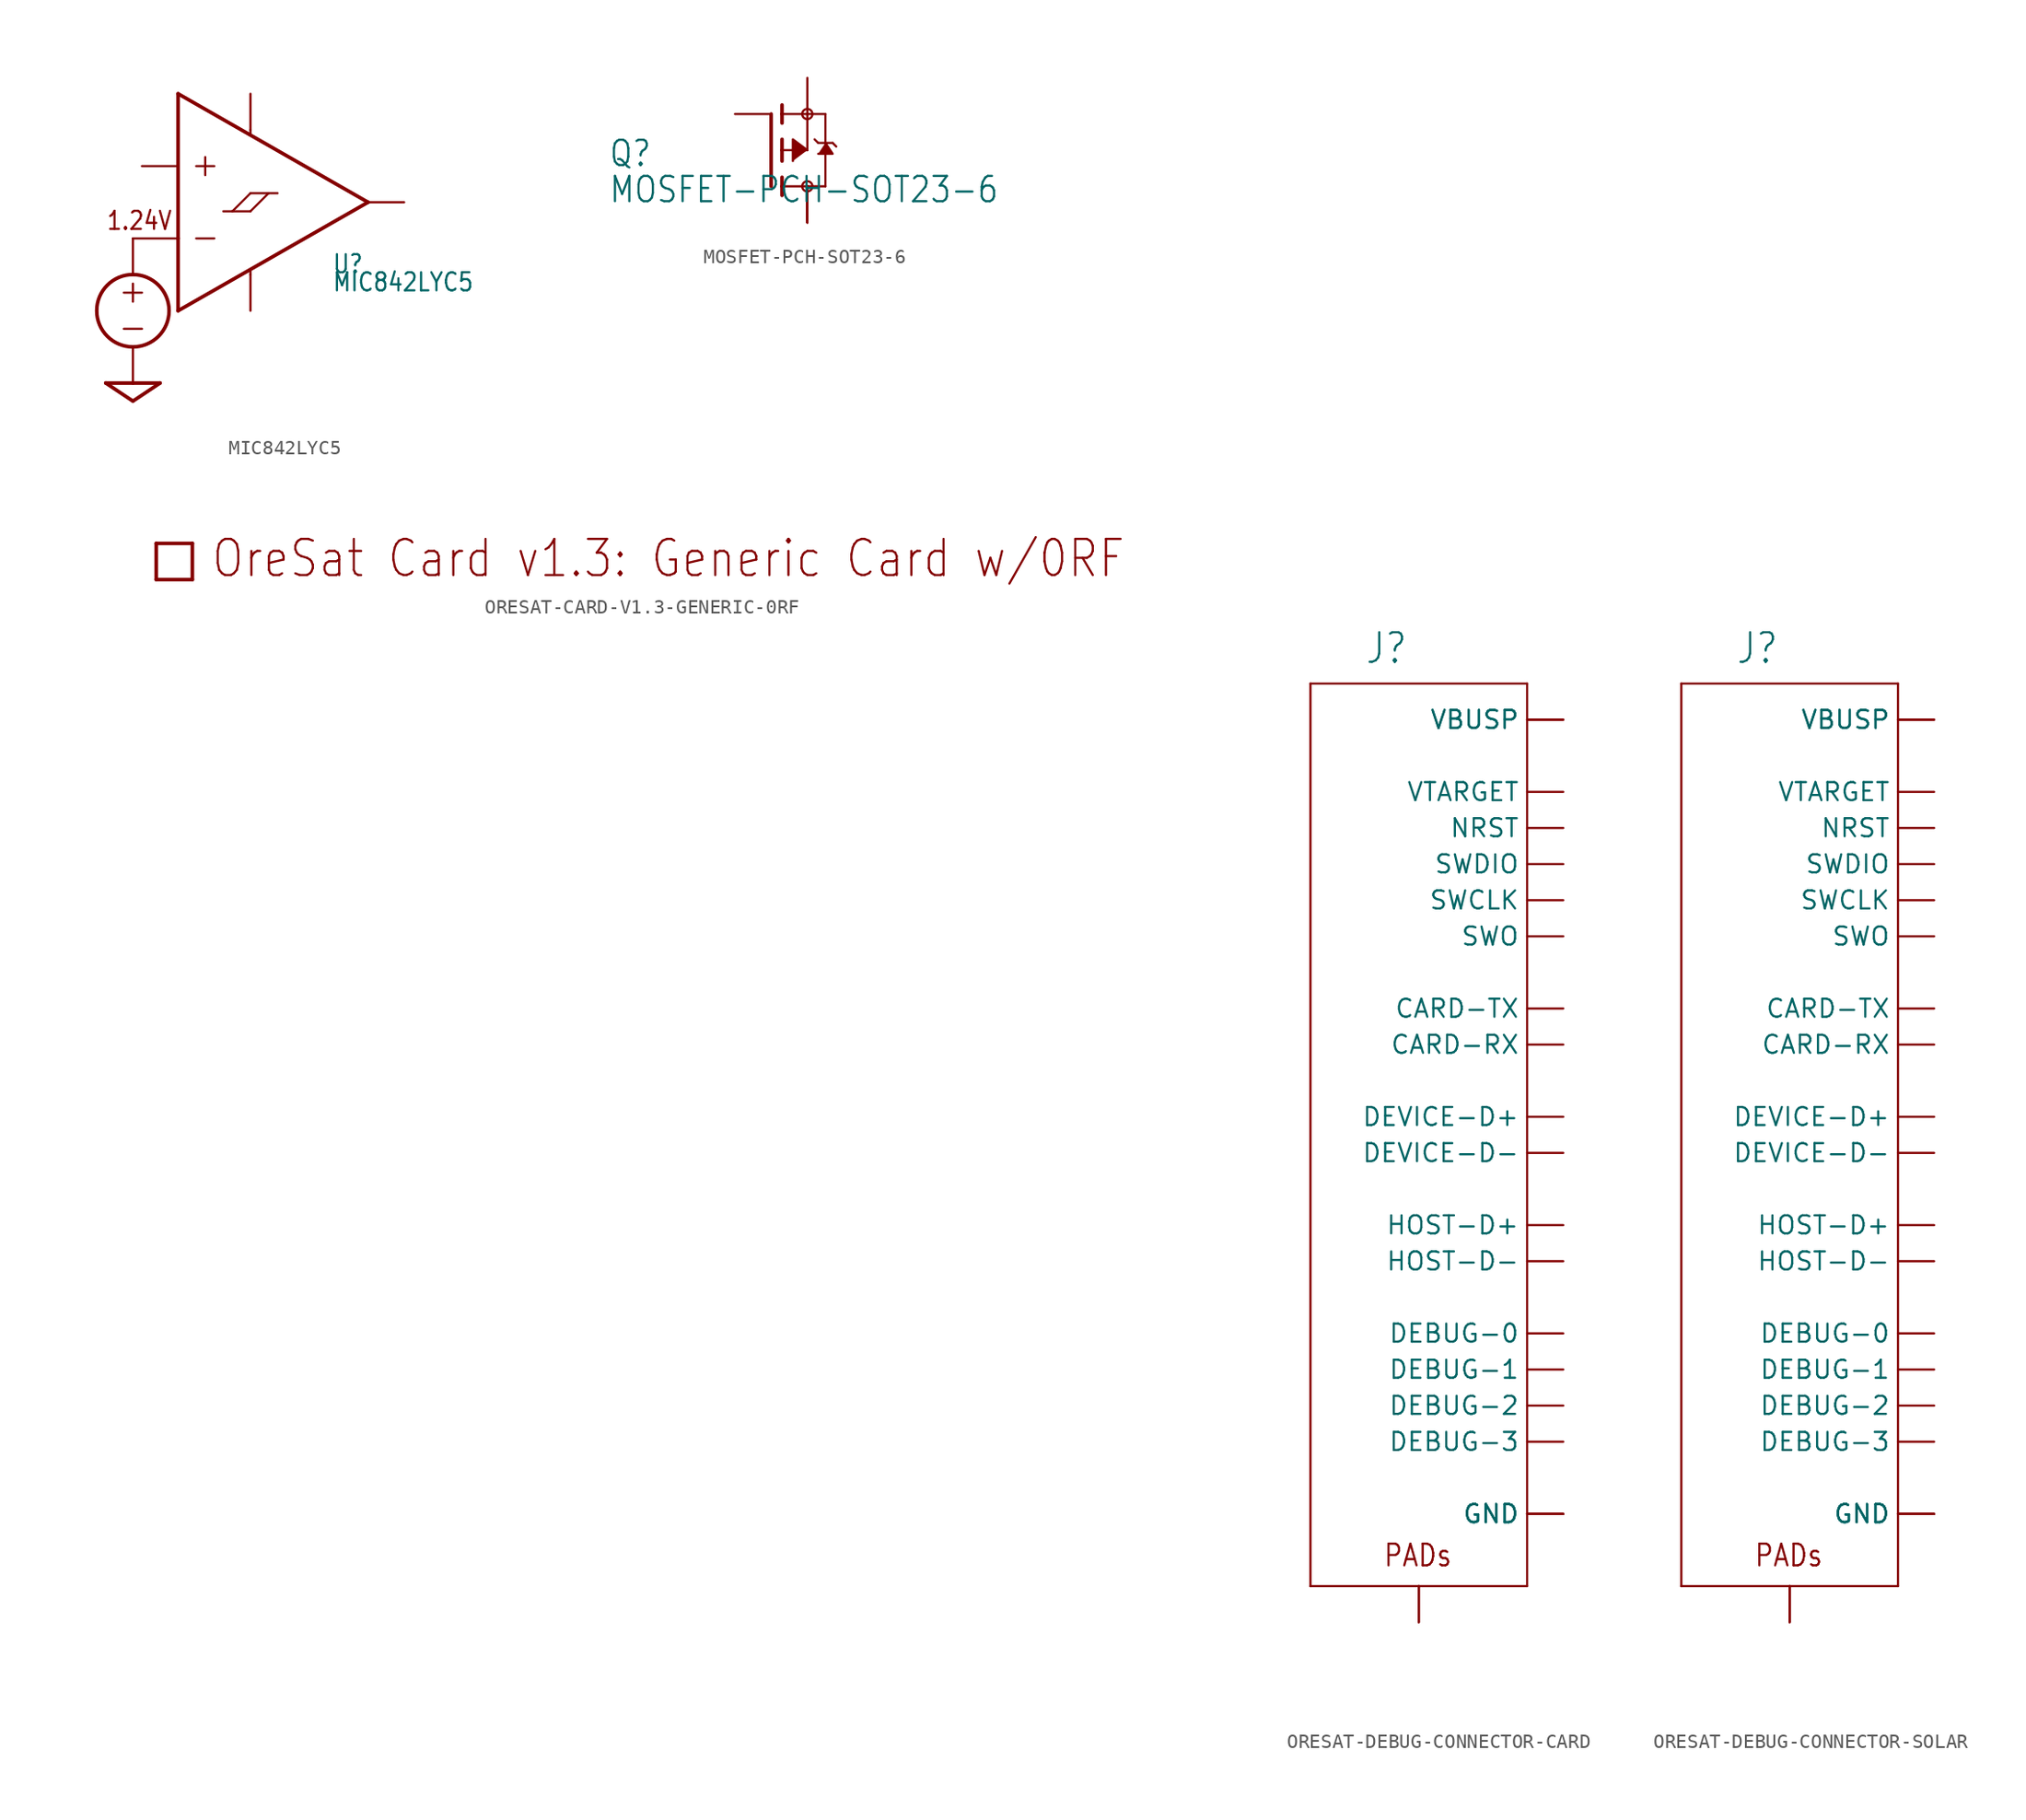
<source format=kicad_sym>
(kicad_symbol_lib
  (version 20220914)
  (generator kicad_symbol_editor)
  (symbol "MIC842LYC5"
    (property "Reference" "U"
      (at 5.715 -5.08 0)
      (effects (font (size 1.27 1.079)) (justify left bottom)))
    (property "Value" "MIC842LYC5"
      (at 5.715 -6.35 0)
      (effects (font (size 1.27 1.079)) (justify left bottom)))
    (property "ki_locked" ""
      (at 0 0 0)
      (effects (font (size 1.27 1.27))))
    (symbol "MIC842LYC5_1_0"
      (circle (center -8.255 -7.62) (radius 2.54) (stroke (width 0.254) (type default)) (fill (type none)))
      (polyline (pts (xy -8.89 -8.89) (xy -7.62 -8.89)) (stroke (width 0.152) (type default)) (fill (type none)))
      (polyline (pts (xy -8.89 -6.35) (xy -7.62 -6.35)) (stroke (width 0.152) (type default)) (fill (type none)))
      (polyline (pts (xy -8.255 -13.97) (xy -10.16 -12.7)) (stroke (width 0.254) (type default)) (fill (type none)))
      (polyline (pts (xy -8.255 -12.7) (xy -10.16 -12.7)) (stroke (width 0.254) (type default)) (fill (type none)))
      (polyline (pts (xy -8.255 -12.7) (xy -6.35 -12.7)) (stroke (width 0.254) (type default)) (fill (type none)))
      (polyline (pts (xy -8.255 -10.16) (xy -8.255 -12.7)) (stroke (width 0.152) (type default)) (fill (type none)))
      (polyline (pts (xy -8.255 -5.715) (xy -8.255 -6.985)) (stroke (width 0.152) (type default)) (fill (type none)))
      (polyline (pts (xy -8.255 -2.54) (xy -8.255 -5.08)) (stroke (width 0.152) (type default)) (fill (type none)))
      (polyline (pts (xy -6.35 -12.7) (xy -8.255 -13.97)) (stroke (width 0.254) (type default)) (fill (type none)))
      (polyline (pts (xy -5.08 -7.62) (xy 8.255 0)) (stroke (width 0.254) (type default)) (fill (type none)))
      (polyline (pts (xy -5.08 -2.54) (xy -8.255 -2.54)) (stroke (width 0.152) (type default)) (fill (type none)))
      (polyline (pts (xy -5.08 -2.54) (xy -5.08 -7.62)) (stroke (width 0.254) (type default)) (fill (type none)))
      (polyline (pts (xy -5.08 7.62) (xy -5.08 -2.54)) (stroke (width 0.254) (type default)) (fill (type none)))
      (polyline (pts (xy -3.81 -2.54) (xy -2.54 -2.54)) (stroke (width 0.152) (type default)) (fill (type none)))
      (polyline (pts (xy -3.81 2.54) (xy -2.54 2.54)) (stroke (width 0.152) (type default)) (fill (type none)))
      (polyline (pts (xy -3.175 3.175) (xy -3.175 1.905)) (stroke (width 0.152) (type default)) (fill (type none)))
      (polyline (pts (xy -1.905 -0.635) (xy -1.27 -0.635)) (stroke (width 0.152) (type default)) (fill (type none)))
      (polyline (pts (xy -1.27 -0.635) (xy 0 -0.635)) (stroke (width 0.152) (type default)) (fill (type none)))
      (polyline (pts (xy 0 -5.08) (xy 0 -4.826)) (stroke (width 0.152) (type default)) (fill (type none)))
      (polyline (pts (xy 0 -0.635) (xy 1.27 0.635)) (stroke (width 0.152) (type default)) (fill (type none)))
      (polyline (pts (xy 0 0.635) (xy -1.27 -0.635)) (stroke (width 0.152) (type default)) (fill (type none)))
      (polyline (pts (xy 0 5.08) (xy 0 4.826)) (stroke (width 0.152) (type default)) (fill (type none)))
      (polyline (pts (xy 1.27 0.635) (xy 0 0.635)) (stroke (width 0.152) (type default)) (fill (type none)))
      (polyline (pts (xy 1.27 0.635) (xy 1.905 0.635)) (stroke (width 0.152) (type default)) (fill (type none)))
      (polyline (pts (xy 8.255 0) (xy -5.08 7.62)) (stroke (width 0.254) (type default)) (fill (type none)))
      (text "1.24V" (at -10.16 -2.032 0) (effects (font (size 1.27 1.079)) (justify left bottom)))
      (pin input line (at -7.62 2.54 0) (length 2.54) (name "INP" (effects (font (size 0 0)))) (number "1" (effects (font (size 0 0)))))
      (pin power_in line (at 0 -7.62 90) (length 2.54) (name "GND" (effects (font (size 0 0)))) (number "2" (effects (font (size 0 0)))))
      (pin output line (at 10.795 0 180) (length 2.54) (name "OUT" (effects (font (size 0 0)))) (number "4" (effects (font (size 0 0)))))
      (pin power_in line (at 0 7.62 270) (length 2.54) (name "VDD" (effects (font (size 0 0)))) (number "5" (effects (font (size 0 0))))))
    (symbol "MIC842LYC5_1_1"
      (pin no_connect line (at -5.08 -2.54 0) (length 2.54) hide (name "NC" (effects (font (size 1.27 1.27)))) (number "3" (effects (font (size 1.27 1.27)))))))
  (symbol "MOSFET-PCH-SOT23-6"
    (property "Reference" "Q"
      (at -11.43 -1.27 0)
      (effects (font (size 1.778 1.511)) (justify left bottom)))
    (property "Value" "MOSFET-PCH-SOT23-6"
      (at -11.43 -3.81 0)
      (effects (font (size 1.778 1.511)) (justify left bottom)))
    (symbol "MOSFET-PCH-SOT23-6_1_0"
      (polyline (pts (xy 0 -2.54) (xy 0 2.54)) (stroke (width 0.254) (type default)) (fill (type none)))
      (polyline (pts (xy 0.762 -3.175) (xy 0.762 -2.54)) (stroke (width 0.254) (type default)) (fill (type none)))
      (polyline (pts (xy 0.762 -2.54) (xy 0.762 -1.905)) (stroke (width 0.254) (type default)) (fill (type none)))
      (polyline (pts (xy 0.762 -2.54) (xy 3.81 -2.54)) (stroke (width 0.152) (type default)) (fill (type none)))
      (polyline (pts (xy 0.762 -0.762) (xy 0.762 0)) (stroke (width 0.254) (type default)) (fill (type none)))
      (polyline (pts (xy 0.762 0) (xy 0.762 0.762)) (stroke (width 0.254) (type default)) (fill (type none)))
      (polyline (pts (xy 0.762 0) (xy 2.54 0)) (stroke (width 0.152) (type default)) (fill (type none)))
      (polyline (pts (xy 0.762 1.905) (xy 0.762 2.54)) (stroke (width 0.254) (type default)) (fill (type none)))
      (polyline (pts (xy 0.762 2.54) (xy 0.762 3.175)) (stroke (width 0.254) (type default)) (fill (type none)))
      (polyline (pts (xy 2.54 0) (xy 2.54 2.54)) (stroke (width 0.152) (type default)) (fill (type none)))
      (polyline (pts (xy 2.54 2.54) (xy 0.762 2.54)) (stroke (width 0.152) (type default)) (fill (type none)))
      (polyline (pts (xy 2.54 2.54) (xy 3.81 2.54)) (stroke (width 0.152) (type default)) (fill (type none)))
      (polyline (pts (xy 3.048 0.762) (xy 3.302 0.508)) (stroke (width 0.152) (type default)) (fill (type none)))
      (polyline (pts (xy 3.302 0.508) (xy 3.81 0.508)) (stroke (width 0.152) (type default)) (fill (type none)))
      (polyline (pts (xy 3.81 -2.54) (xy 3.81 0.508)) (stroke (width 0.152) (type default)) (fill (type none)))
      (polyline (pts (xy 3.81 0.508) (xy 3.81 2.54)) (stroke (width 0.152) (type default)) (fill (type none)))
      (polyline (pts (xy 3.81 0.508) (xy 4.318 0.508)) (stroke (width 0.152) (type default)) (fill (type none)))
      (polyline (pts (xy 4.318 0.508) (xy 4.572 0.254)) (stroke (width 0.152) (type default)) (fill (type none)))
      (polyline (pts (xy 2.54 0) (xy 1.524 0.762) (xy 1.524 -0.762)) (stroke (width 0) (type default)) (fill (type outline)))
      (polyline (pts (xy 3.81 0.508) (xy 4.318 -0.254) (xy 3.302 -0.254)) (stroke (width 0) (type default)) (fill (type outline)))
      (circle (center 2.54 -2.54) (radius 0.359) (stroke (width 0) (type default)) (fill (type none)))
      (circle (center 2.54 2.54) (radius 0.359) (stroke (width 0) (type default)) (fill (type none)))
      (pin passive line (at 2.54 -5.08 90) (length 2.54) (name "D" (effects (font (size 0 0)))) (number "1" (effects (font (size 0 0)))))
      (pin passive line (at 2.54 -5.08 90) (length 2.54) (name "D" (effects (font (size 0 0)))) (number "2" (effects (font (size 0 0)))))
      (pin passive line (at -2.54 2.54 0) (length 2.54) (name "G" (effects (font (size 0 0)))) (number "3" (effects (font (size 0 0)))))
      (pin passive line (at 2.54 5.08 270) (length 2.54) (name "S" (effects (font (size 0 0)))) (number "4" (effects (font (size 0 0)))))
      (pin passive line (at 2.54 -5.08 90) (length 2.54) (name "D" (effects (font (size 0 0)))) (number "5" (effects (font (size 0 0)))))
      (pin passive line (at 2.54 -5.08 90) (length 2.54) (name "D" (effects (font (size 0 0)))) (number "6" (effects (font (size 0 0)))))))
  (symbol "ORESAT-CARD-V1.3-GENERIC-0RF"
    (property "Reference" "PCB"
      (at 0 0 0)
      (effects (font (size 1.27 1.27)) hide))
    (property "ki_locked" ""
      (at 0 0 0)
      (effects (font (size 1.27 1.27))))
    (symbol "ORESAT-CARD-V1.3-GENERIC-0RF_1_0"
      (polyline (pts (xy -1.27 -1.27) (xy 1.27 -1.27)) (stroke (width 0.254) (type default)) (fill (type none)))
      (polyline (pts (xy -1.27 1.27) (xy -1.27 -1.27)) (stroke (width 0.254) (type default)) (fill (type none)))
      (polyline (pts (xy 1.27 -1.27) (xy 1.27 1.27)) (stroke (width 0.254) (type default)) (fill (type none)))
      (polyline (pts (xy 1.27 1.27) (xy -1.27 1.27)) (stroke (width 0.254) (type default)) (fill (type none)))
      (text "OreSat Card v1.3: Generic Card w/0RF" (at 2.54 -1.27 0) (effects (font (size 2.54 2.159)) (justify left bottom)))))
  (symbol "ORESAT-DEBUG-CONNECTOR-CARD"
    (property "Reference" "J"
      (at -2.54 31.75 0)
      (effects (font (size 2.083 1.77)) (justify left bottom)))
    (property "ki_locked" ""
      (at 0 0 0)
      (effects (font (size 1.27 1.27))))
    (symbol "ORESAT-DEBUG-CONNECTOR-CARD_1_0"
      (polyline (pts (xy -6.35 -33.02) (xy 8.89 -33.02)) (stroke (width 0.152) (type default)) (fill (type none)))
      (polyline (pts (xy -6.35 30.48) (xy -6.35 -33.02)) (stroke (width 0.152) (type default)) (fill (type none)))
      (polyline (pts (xy 8.89 -33.02) (xy 8.89 30.48)) (stroke (width 0.152) (type default)) (fill (type none)))
      (polyline (pts (xy 8.89 30.48) (xy -6.35 30.48)) (stroke (width 0.152) (type default)) (fill (type none)))
      (text "PADs" (at -1.27 -31.75 0) (effects (font (size 1.524 1.295)) (justify left bottom)))
      (pin passive line (at 11.43 27.94 180) (length 2.54) (name "VBUSP" (effects (font (size 1.27 1.27)))) (number "1" (effects (font (size 0 0)))))
      (pin passive line (at 11.43 20.32 180) (length 2.54) (name "NRST" (effects (font (size 1.27 1.27)))) (number "10" (effects (font (size 0 0)))))
      (pin passive line (at 11.43 22.86 180) (length 2.54) (name "VTARGET" (effects (font (size 1.27 1.27)))) (number "11" (effects (font (size 0 0)))))
      (pin passive line (at 11.43 5.08 180) (length 2.54) (name "CARD-RX" (effects (font (size 1.27 1.27)))) (number "12" (effects (font (size 0 0)))))
      (pin passive line (at 11.43 7.62 180) (length 2.54) (name "CARD-TX" (effects (font (size 1.27 1.27)))) (number "13" (effects (font (size 0 0)))))
      (pin passive line (at 11.43 17.78 180) (length 2.54) (name "SWDIO" (effects (font (size 1.27 1.27)))) (number "14" (effects (font (size 0 0)))))
      (pin passive line (at 11.43 15.24 180) (length 2.54) (name "SWCLK" (effects (font (size 1.27 1.27)))) (number "15" (effects (font (size 0 0)))))
      (pin passive line (at 11.43 12.7 180) (length 2.54) (name "SWO" (effects (font (size 1.27 1.27)))) (number "16" (effects (font (size 0 0)))))
      (pin passive line (at 11.43 -15.24 180) (length 2.54) (name "DEBUG-0" (effects (font (size 1.27 1.27)))) (number "17" (effects (font (size 0 0)))))
      (pin passive line (at 11.43 -17.78 180) (length 2.54) (name "DEBUG-1" (effects (font (size 1.27 1.27)))) (number "18" (effects (font (size 0 0)))))
      (pin passive line (at 11.43 -20.32 180) (length 2.54) (name "DEBUG-2" (effects (font (size 1.27 1.27)))) (number "19" (effects (font (size 0 0)))))
      (pin passive line (at 11.43 27.94 180) (length 2.54) (name "VBUSP" (effects (font (size 1.27 1.27)))) (number "2" (effects (font (size 0 0)))))
      (pin passive line (at 11.43 -22.86 180) (length 2.54) (name "DEBUG-3" (effects (font (size 1.27 1.27)))) (number "20" (effects (font (size 0 0)))))
      (pin passive line (at 11.43 -27.94 180) (length 2.54) (name "GND" (effects (font (size 1.27 1.27)))) (number "3" (effects (font (size 0 0)))))
      (pin passive line (at 11.43 0 180) (length 2.54) (name "DEVICE-D+" (effects (font (size 1.27 1.27)))) (number "4" (effects (font (size 0 0)))))
      (pin passive line (at 11.43 -2.54 180) (length 2.54) (name "DEVICE-D-" (effects (font (size 1.27 1.27)))) (number "5" (effects (font (size 0 0)))))
      (pin passive line (at 11.43 -27.94 180) (length 2.54) (name "GND" (effects (font (size 1.27 1.27)))) (number "6" (effects (font (size 0 0)))))
      (pin passive line (at 11.43 -7.62 180) (length 2.54) (name "HOST-D+" (effects (font (size 1.27 1.27)))) (number "7" (effects (font (size 0 0)))))
      (pin passive line (at 11.43 -10.16 180) (length 2.54) (name "HOST-D-" (effects (font (size 1.27 1.27)))) (number "8" (effects (font (size 0 0)))))
      (pin passive line (at 11.43 -27.94 180) (length 2.54) (name "GND" (effects (font (size 1.27 1.27)))) (number "9" (effects (font (size 0 0)))))
      (pin bidirectional line (at 1.27 -35.56 90) (length 2.54) (name "PAD" (effects (font (size 0 0)))) (number "PAD1" (effects (font (size 0 0)))))
      (pin bidirectional line (at 1.27 -35.56 90) (length 2.54) (name "PAD" (effects (font (size 0 0)))) (number "PAD2" (effects (font (size 0 0)))))))
  (symbol "ORESAT-DEBUG-CONNECTOR-SOLAR"
    (property "Reference" "J"
      (at -2.54 31.75 0)
      (effects (font (size 2.083 1.77)) (justify left bottom)))
    (property "ki_locked" ""
      (at 0 0 0)
      (effects (font (size 1.27 1.27))))
    (symbol "ORESAT-DEBUG-CONNECTOR-SOLAR_1_0"
      (polyline (pts (xy -6.35 -33.02) (xy 8.89 -33.02)) (stroke (width 0.152) (type default)) (fill (type none)))
      (polyline (pts (xy -6.35 30.48) (xy -6.35 -33.02)) (stroke (width 0.152) (type default)) (fill (type none)))
      (polyline (pts (xy 8.89 -33.02) (xy 8.89 30.48)) (stroke (width 0.152) (type default)) (fill (type none)))
      (polyline (pts (xy 8.89 30.48) (xy -6.35 30.48)) (stroke (width 0.152) (type default)) (fill (type none)))
      (text "PADs" (at -1.27 -31.75 0) (effects (font (size 1.524 1.295)) (justify left bottom)))
      (pin passive line (at 11.43 27.94 180) (length 2.54) (name "VBUSP" (effects (font (size 1.27 1.27)))) (number "1" (effects (font (size 0 0)))))
      (pin passive line (at 11.43 20.32 180) (length 2.54) (name "NRST" (effects (font (size 1.27 1.27)))) (number "10" (effects (font (size 0 0)))))
      (pin passive line (at 11.43 22.86 180) (length 2.54) (name "VTARGET" (effects (font (size 1.27 1.27)))) (number "11" (effects (font (size 0 0)))))
      (pin passive line (at 11.43 5.08 180) (length 2.54) (name "CARD-RX" (effects (font (size 1.27 1.27)))) (number "12" (effects (font (size 0 0)))))
      (pin passive line (at 11.43 7.62 180) (length 2.54) (name "CARD-TX" (effects (font (size 1.27 1.27)))) (number "13" (effects (font (size 0 0)))))
      (pin passive line (at 11.43 17.78 180) (length 2.54) (name "SWDIO" (effects (font (size 1.27 1.27)))) (number "14" (effects (font (size 0 0)))))
      (pin passive line (at 11.43 15.24 180) (length 2.54) (name "SWCLK" (effects (font (size 1.27 1.27)))) (number "15" (effects (font (size 0 0)))))
      (pin passive line (at 11.43 12.7 180) (length 2.54) (name "SWO" (effects (font (size 1.27 1.27)))) (number "16" (effects (font (size 0 0)))))
      (pin passive line (at 11.43 -15.24 180) (length 2.54) (name "DEBUG-0" (effects (font (size 1.27 1.27)))) (number "17" (effects (font (size 0 0)))))
      (pin passive line (at 11.43 -17.78 180) (length 2.54) (name "DEBUG-1" (effects (font (size 1.27 1.27)))) (number "18" (effects (font (size 0 0)))))
      (pin passive line (at 11.43 -20.32 180) (length 2.54) (name "DEBUG-2" (effects (font (size 1.27 1.27)))) (number "19" (effects (font (size 0 0)))))
      (pin passive line (at 11.43 27.94 180) (length 2.54) (name "VBUSP" (effects (font (size 1.27 1.27)))) (number "2" (effects (font (size 0 0)))))
      (pin passive line (at 11.43 -22.86 180) (length 2.54) (name "DEBUG-3" (effects (font (size 1.27 1.27)))) (number "20" (effects (font (size 0 0)))))
      (pin passive line (at 11.43 -27.94 180) (length 2.54) (name "GND" (effects (font (size 1.27 1.27)))) (number "3" (effects (font (size 0 0)))))
      (pin passive line (at 11.43 0 180) (length 2.54) (name "DEVICE-D+" (effects (font (size 1.27 1.27)))) (number "4" (effects (font (size 0 0)))))
      (pin passive line (at 11.43 -2.54 180) (length 2.54) (name "DEVICE-D-" (effects (font (size 1.27 1.27)))) (number "5" (effects (font (size 0 0)))))
      (pin passive line (at 11.43 -27.94 180) (length 2.54) (name "GND" (effects (font (size 1.27 1.27)))) (number "6" (effects (font (size 0 0)))))
      (pin passive line (at 11.43 -7.62 180) (length 2.54) (name "HOST-D+" (effects (font (size 1.27 1.27)))) (number "7" (effects (font (size 0 0)))))
      (pin passive line (at 11.43 -10.16 180) (length 2.54) (name "HOST-D-" (effects (font (size 1.27 1.27)))) (number "8" (effects (font (size 0 0)))))
      (pin passive line (at 11.43 -27.94 180) (length 2.54) (name "GND" (effects (font (size 1.27 1.27)))) (number "9" (effects (font (size 0 0)))))
      (pin bidirectional line (at 1.27 -35.56 90) (length 2.54) (name "PAD" (effects (font (size 0 0)))) (number "PAD1" (effects (font (size 0 0)))))
      (pin bidirectional line (at 1.27 -35.56 90) (length 2.54) (name "PAD" (effects (font (size 0 0)))) (number "PAD2" (effects (font (size 0 0))))))))
</source>
